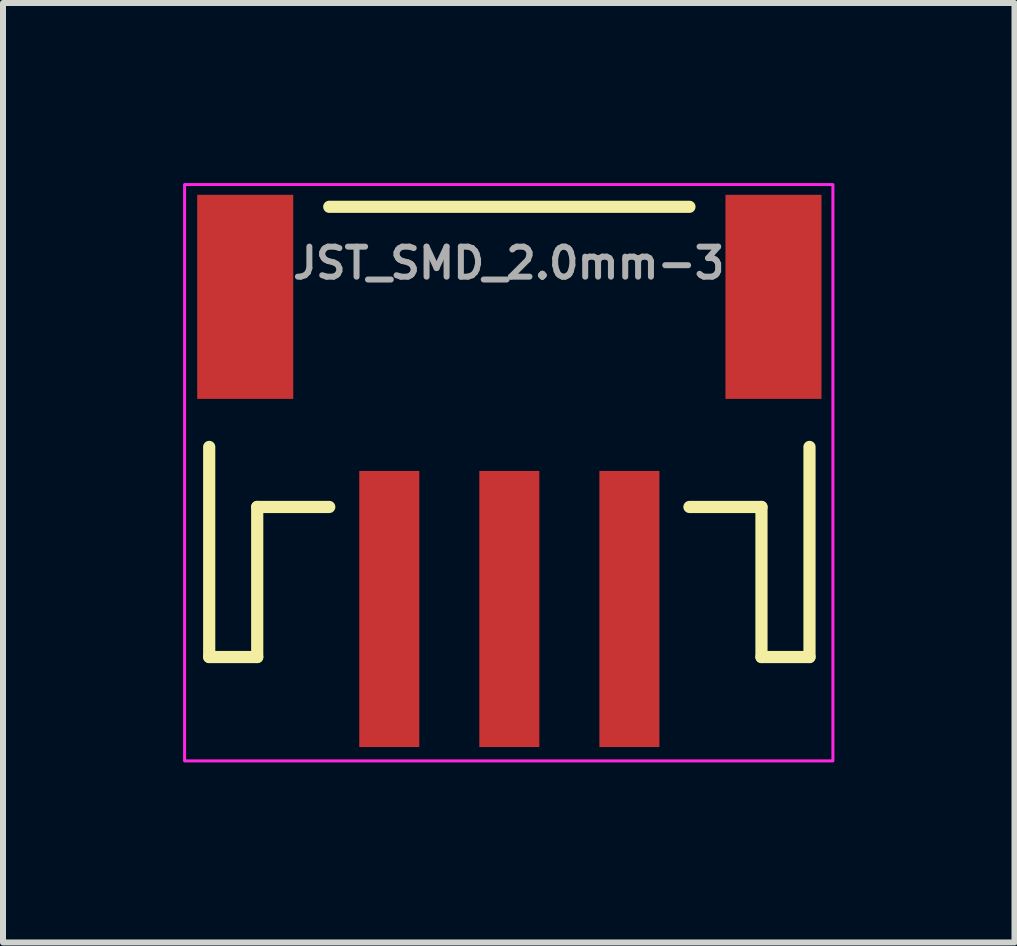
<source format=kicad_pcb>
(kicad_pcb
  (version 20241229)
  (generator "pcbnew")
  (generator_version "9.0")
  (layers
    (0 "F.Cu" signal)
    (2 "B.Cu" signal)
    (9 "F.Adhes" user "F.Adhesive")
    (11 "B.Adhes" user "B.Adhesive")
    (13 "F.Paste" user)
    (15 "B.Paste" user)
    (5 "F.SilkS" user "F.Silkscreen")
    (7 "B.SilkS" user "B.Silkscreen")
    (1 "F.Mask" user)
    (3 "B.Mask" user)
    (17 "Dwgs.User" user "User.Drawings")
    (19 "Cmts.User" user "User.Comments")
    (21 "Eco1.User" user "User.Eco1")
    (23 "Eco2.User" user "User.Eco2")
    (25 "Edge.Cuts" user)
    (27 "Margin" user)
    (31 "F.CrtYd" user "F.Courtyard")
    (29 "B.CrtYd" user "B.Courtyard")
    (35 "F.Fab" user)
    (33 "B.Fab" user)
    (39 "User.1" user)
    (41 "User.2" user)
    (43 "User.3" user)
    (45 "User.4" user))
  (footprint "JST_SMD_2.0mm-3"
    (layer "F.Cu")
    (at 5.425 2.325)
    (property "Reference" "JST_SMD_2.0mm-3" (at 0 -0.7 0) (layer "F.Fab") (effects (font (size 0.5 0.5) (thickness 0.1)) (justify bottom)))
    (attr smd)
    (fp_line (start -4.99 2.07) (end -4.99 5.57) (stroke (width 0.203) (type solid)) (layer "F.SilkS"))
    (fp_line (start -4.99 5.57) (end -4.19 5.57) (stroke (width 0.203) (type solid)) (layer "F.SilkS"))
    (fp_line (start -4.19 3.07) (end -2.99 3.07) (stroke (width 0.203) (type solid)) (layer "F.SilkS"))
    (fp_line (start -4.19 5.57) (end -4.19 3.07) (stroke (width 0.203) (type solid)) (layer "F.SilkS"))
    (fp_line (start 3.01 -1.93) (end -2.99 -1.93) (stroke (width 0.203) (type solid)) (layer "F.SilkS"))
    (fp_line (start 3.01 3.07) (end 4.21 3.07) (stroke (width 0.203) (type solid)) (layer "F.SilkS"))
    (fp_line (start 4.21 3.07) (end 4.21 5.57) (stroke (width 0.203) (type solid)) (layer "F.SilkS"))
    (fp_line (start 4.21 5.57) (end 5.01 5.57) (stroke (width 0.203) (type solid)) (layer "F.SilkS"))
    (fp_line (start 5.01 5.57) (end 5.01 2.07) (stroke (width 0.203) (type solid)) (layer "F.SilkS"))
    (fp_rect (start 5.4 -2.3) (end -5.4 7.3) (stroke (width 0.05) (type default)) (fill no) (layer "F.CrtYd"))
    (pad "1" smd rect (at -1.99 4.77) (size 1 4.6) (layers "F.Cu" "F.Mask" "F.Paste"))
    (pad "2" smd rect (at 0.01 4.77) (size 1 4.6) (layers "F.Cu" "F.Mask" "F.Paste"))
    (pad "3" smd rect (at 2.01 4.77) (size 1 4.6) (layers "F.Cu" "F.Mask" "F.Paste"))
    (pad "NC1" smd rect (at -4.39 -0.43 90) (size 3.4 1.6) (layers "F.Cu" "F.Mask" "F.Paste"))
    (pad "NC2" smd rect (at 4.41 -0.43 90) (size 3.4 1.6) (layers "F.Cu" "F.Mask" "F.Paste")))
  (gr_rect
    (start -3 -3)
    (end 13.85 12.65)
    (stroke (width 0.1) (type default))
    (fill no)
    (layer "Edge.Cuts")))
</source>
